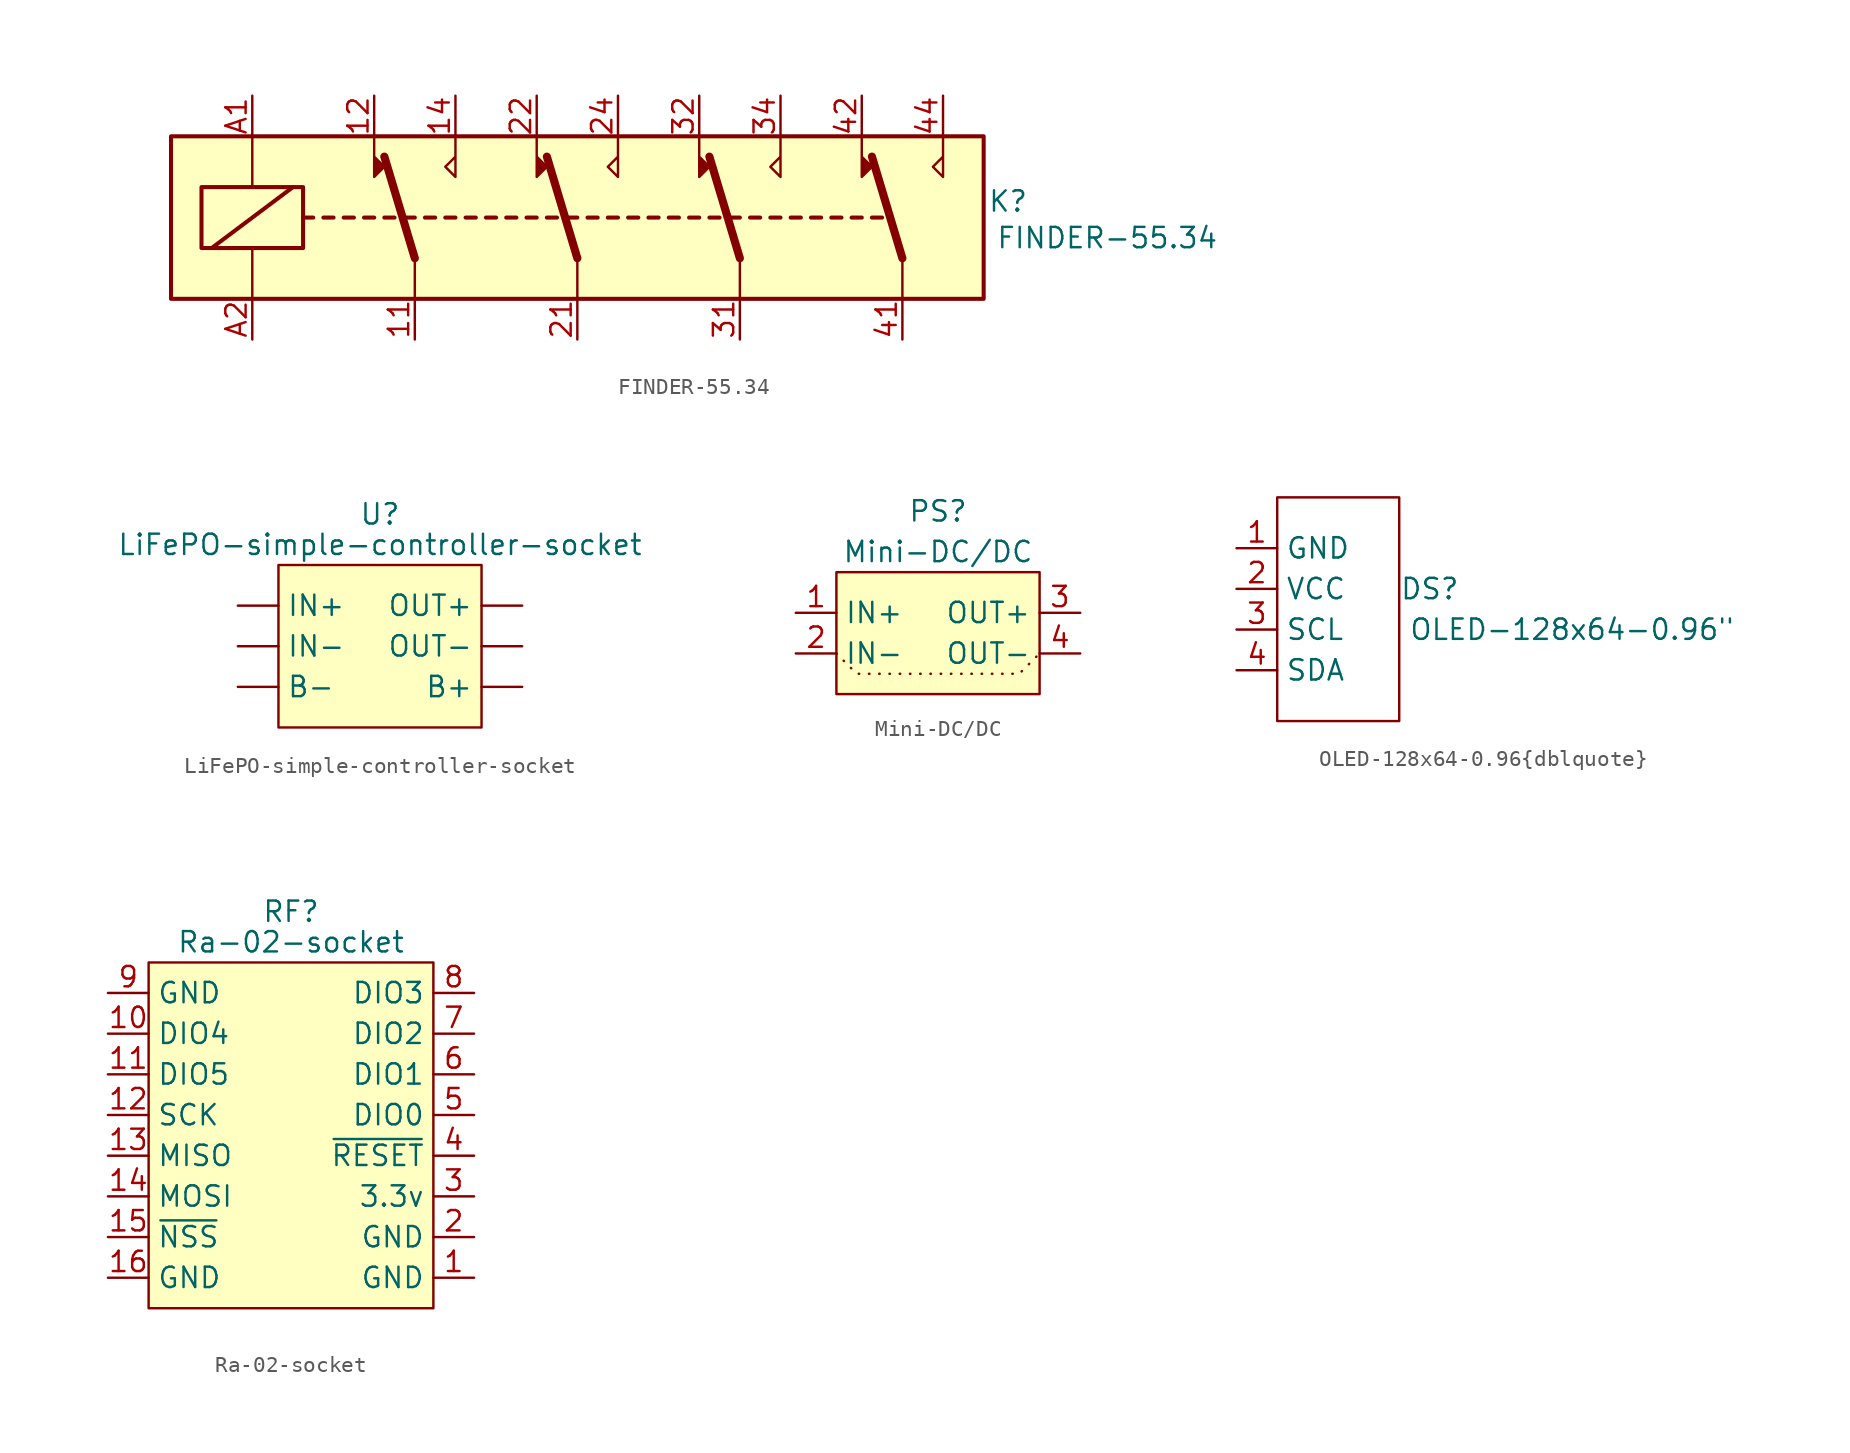
<source format=kicad_sym>
(kicad_symbol_lib
  (version 20231120)
  (generator "kicad_symbol_editor")
  (generator_version "8.0")
  (symbol "FINDER-55.34"
    (property "Reference" "K"
      (at 26.924 1.016 0)
      (effects (font (size 1.27 1.27))))
    (property "Value" "FINDER-55.34"
      (at 26.162 -1.27 0)
      (effects (font (size 1.27 1.27)) (justify left)))
    (symbol "FINDER-55.34_0_0"
      (polyline (pts (xy -12.7 5.08) (xy -12.7 2.54) (xy -12.065 3.175) (xy -12.7 3.81)) (stroke (width 0) (type default)) (fill (type outline)))
      (polyline (pts (xy -7.62 5.08) (xy -7.62 2.54) (xy -8.255 3.175) (xy -7.62 3.81)) (stroke (width 0) (type default)) (fill (type none)))
      (polyline (pts (xy -2.54 5.08) (xy -2.54 2.54) (xy -1.905 3.175) (xy -2.54 3.81)) (stroke (width 0) (type default)) (fill (type outline)))
      (polyline (pts (xy 2.54 5.08) (xy 2.54 2.54) (xy 1.905 3.175) (xy 2.54 3.81)) (stroke (width 0) (type default)) (fill (type none)))
      (polyline (pts (xy 7.62 5.08) (xy 7.62 2.54) (xy 8.255 3.175) (xy 7.62 3.81)) (stroke (width 0) (type default)) (fill (type outline)))
      (polyline (pts (xy 12.7 5.08) (xy 12.7 2.54) (xy 12.065 3.175) (xy 12.7 3.81)) (stroke (width 0) (type default)) (fill (type none)))
      (polyline (pts (xy 17.78 5.08) (xy 17.78 2.54) (xy 18.415 3.175) (xy 17.78 3.81)) (stroke (width 0) (type default)) (fill (type outline)))
      (polyline (pts (xy 22.86 5.08) (xy 22.86 2.54) (xy 22.225 3.175) (xy 22.86 3.81)) (stroke (width 0) (type default)) (fill (type none))))
    (symbol "FINDER-55.34_0_1"
      (rectangle (start -25.4 5.08) (end 25.4 -5.08) (stroke (width 0.254) (type default)) (fill (type background)))
      (rectangle (start -23.495 1.905) (end -17.145 -1.905) (stroke (width 0.254) (type default)) (fill (type none)))
      (polyline (pts (xy -22.86 -1.905) (xy -17.78 1.905)) (stroke (width 0.254) (type default)) (fill (type none)))
      (polyline (pts (xy -20.32 -5.08) (xy -20.32 -1.905)) (stroke (width 0) (type default)) (fill (type none)))
      (polyline (pts (xy -20.32 5.08) (xy -20.32 1.905)) (stroke (width 0) (type default)) (fill (type none)))
      (polyline (pts (xy -17.145 0) (xy -16.51 0)) (stroke (width 0.254) (type default)) (fill (type none)))
      (polyline (pts (xy -15.875 0) (xy -15.24 0)) (stroke (width 0.254) (type default)) (fill (type none)))
      (polyline (pts (xy -14.605 0) (xy -13.97 0)) (stroke (width 0.254) (type default)) (fill (type none)))
      (polyline (pts (xy -13.335 0) (xy -12.7 0)) (stroke (width 0.254) (type default)) (fill (type none)))
      (polyline (pts (xy -12.065 0) (xy -11.43 0)) (stroke (width 0.254) (type default)) (fill (type none)))
      (polyline (pts (xy -10.795 0) (xy -10.16 0)) (stroke (width 0.254) (type default)) (fill (type none)))
      (polyline (pts (xy -10.16 -2.54) (xy -12.065 3.81)) (stroke (width 0.508) (type default)) (fill (type none)))
      (polyline (pts (xy -10.16 -2.54) (xy -10.16 -5.08)) (stroke (width 0) (type default)) (fill (type none)))
      (polyline (pts (xy -9.525 0) (xy -8.89 0)) (stroke (width 0.254) (type default)) (fill (type none)))
      (polyline (pts (xy -8.255 0) (xy -7.62 0)) (stroke (width 0.254) (type default)) (fill (type none)))
      (polyline (pts (xy -6.985 0) (xy -6.35 0)) (stroke (width 0.254) (type default)) (fill (type none)))
      (polyline (pts (xy -5.715 0) (xy -5.08 0)) (stroke (width 0.254) (type default)) (fill (type none)))
      (polyline (pts (xy -4.445 0) (xy -3.81 0)) (stroke (width 0.254) (type default)) (fill (type none)))
      (polyline (pts (xy -3.175 0) (xy -2.54 0)) (stroke (width 0.254) (type default)) (fill (type none)))
      (polyline (pts (xy -1.905 0) (xy -1.27 0)) (stroke (width 0.254) (type default)) (fill (type none)))
      (polyline (pts (xy -0.635 0) (xy 0 0)) (stroke (width 0.254) (type default)) (fill (type none)))
      (polyline (pts (xy 0 -2.54) (xy -1.905 3.81)) (stroke (width 0.508) (type default)) (fill (type none)))
      (polyline (pts (xy 0 -2.54) (xy 0 -5.08)) (stroke (width 0) (type default)) (fill (type none)))
      (polyline (pts (xy 0.635 0) (xy 1.27 0)) (stroke (width 0.254) (type default)) (fill (type none)))
      (polyline (pts (xy 1.905 0) (xy 2.54 0)) (stroke (width 0.254) (type default)) (fill (type none)))
      (polyline (pts (xy 3.175 0) (xy 3.81 0)) (stroke (width 0.254) (type default)) (fill (type none)))
      (polyline (pts (xy 4.445 0) (xy 5.08 0)) (stroke (width 0.254) (type default)) (fill (type none)))
      (polyline (pts (xy 5.715 0) (xy 6.35 0)) (stroke (width 0.254) (type default)) (fill (type none)))
      (polyline (pts (xy 6.985 0) (xy 7.62 0)) (stroke (width 0.254) (type default)) (fill (type none)))
      (polyline (pts (xy 8.255 0) (xy 8.89 0)) (stroke (width 0.254) (type default)) (fill (type none)))
      (polyline (pts (xy 9.525 0) (xy 10.16 0)) (stroke (width 0.254) (type default)) (fill (type none)))
      (polyline (pts (xy 10.16 -2.54) (xy 8.255 3.81)) (stroke (width 0.508) (type default)) (fill (type none)))
      (polyline (pts (xy 10.16 -2.54) (xy 10.16 -5.08)) (stroke (width 0) (type default)) (fill (type none)))
      (polyline (pts (xy 10.795 0) (xy 11.43 0)) (stroke (width 0.254) (type default)) (fill (type none)))
      (polyline (pts (xy 12.065 0) (xy 12.7 0)) (stroke (width 0.254) (type default)) (fill (type none)))
      (polyline (pts (xy 13.335 0) (xy 13.97 0)) (stroke (width 0.254) (type default)) (fill (type none)))
      (polyline (pts (xy 14.605 0) (xy 15.24 0)) (stroke (width 0.254) (type default)) (fill (type none)))
      (polyline (pts (xy 15.875 0) (xy 16.51 0)) (stroke (width 0.254) (type default)) (fill (type none)))
      (polyline (pts (xy 17.145 0) (xy 17.78 0)) (stroke (width 0.254) (type default)) (fill (type none)))
      (polyline (pts (xy 18.415 0) (xy 19.05 0)) (stroke (width 0.254) (type default)) (fill (type none)))
      (polyline (pts (xy 20.32 -2.54) (xy 18.415 3.81)) (stroke (width 0.508) (type default)) (fill (type none)))
      (polyline (pts (xy 20.32 -2.54) (xy 20.32 -5.08)) (stroke (width 0) (type default)) (fill (type none))))
    (symbol "FINDER-55.34_1_1"
      (pin passive line (at -10.16 -7.62 90) (length 2.54) (name "~" (effects (font (size 1.27 1.27)))) (number "11" (effects (font (size 1.27 1.27)))))
      (pin passive line (at -12.7 7.62 270) (length 2.54) (name "~" (effects (font (size 1.27 1.27)))) (number "12" (effects (font (size 1.27 1.27)))))
      (pin passive line (at -7.62 7.62 270) (length 2.54) (name "~" (effects (font (size 1.27 1.27)))) (number "14" (effects (font (size 1.27 1.27)))))
      (pin passive line (at 0 -7.62 90) (length 2.54) (name "~" (effects (font (size 1.27 1.27)))) (number "21" (effects (font (size 1.27 1.27)))))
      (pin passive line (at -2.54 7.62 270) (length 2.54) (name "~" (effects (font (size 1.27 1.27)))) (number "22" (effects (font (size 1.27 1.27)))))
      (pin passive line (at 2.54 7.62 270) (length 2.54) (name "~" (effects (font (size 1.27 1.27)))) (number "24" (effects (font (size 1.27 1.27)))))
      (pin passive line (at 10.16 -7.62 90) (length 2.54) (name "~" (effects (font (size 1.27 1.27)))) (number "31" (effects (font (size 1.27 1.27)))))
      (pin passive line (at 7.62 7.62 270) (length 2.54) (name "~" (effects (font (size 1.27 1.27)))) (number "32" (effects (font (size 1.27 1.27)))))
      (pin passive line (at 12.7 7.62 270) (length 2.54) (name "~" (effects (font (size 1.27 1.27)))) (number "34" (effects (font (size 1.27 1.27)))))
      (pin passive line (at 20.32 -7.62 90) (length 2.54) (name "~" (effects (font (size 1.27 1.27)))) (number "41" (effects (font (size 1.27 1.27)))))
      (pin passive line (at 17.78 7.62 270) (length 2.54) (name "~" (effects (font (size 1.27 1.27)))) (number "42" (effects (font (size 1.27 1.27)))))
      (pin passive line (at 22.86 7.62 270) (length 2.54) (name "~" (effects (font (size 1.27 1.27)))) (number "44" (effects (font (size 1.27 1.27)))))
      (pin passive line (at -20.32 7.62 270) (length 2.54) (name "~" (effects (font (size 1.27 1.27)))) (number "A1" (effects (font (size 1.27 1.27)))))
      (pin passive line (at -20.32 -7.62 90) (length 2.54) (name "~" (effects (font (size 1.27 1.27)))) (number "A2" (effects (font (size 1.27 1.27)))))))
  (symbol "LiFePO-simple-controller-socket"
    (property "Reference" "U"
      (at 0 6.985 0)
      (effects (font (size 1.27 1.27))))
    (property "Value" "LiFePO-simple-controller-socket"
      (at 0 5.08 0)
      (effects (font (size 1.27 1.27))))
    (symbol "LiFePO-simple-controller-socket_1_1"
      (rectangle (start -6.35 3.81) (end 6.35 -6.35) (stroke (width 0) (type default)) (fill (type background)))
      (pin power_in line (at 8.89 -3.81 180) (length 2.54) (name "B+" (effects (font (size 1.27 1.27)))) (number "" (effects (font (size 1.27 1.27)))))
      (pin power_in line (at -8.89 -3.81 0) (length 2.54) (name "B-" (effects (font (size 1.27 1.27)))) (number "" (effects (font (size 1.27 1.27)))))
      (pin power_in line (at -8.89 1.27 0) (length 2.54) (name "IN+" (effects (font (size 1.27 1.27)))) (number "" (effects (font (size 1.27 1.27)))))
      (pin power_in line (at -8.89 -1.27 0) (length 2.54) (name "IN-" (effects (font (size 1.27 1.27)))) (number "" (effects (font (size 1.27 1.27)))))
      (pin power_out line (at 8.89 1.27 180) (length 2.54) (name "OUT+" (effects (font (size 1.27 1.27)))) (number "" (effects (font (size 1.27 1.27)))))
      (pin power_out line (at 8.89 -1.27 180) (length 2.54) (name "OUT-" (effects (font (size 1.27 1.27)))) (number "" (effects (font (size 1.27 1.27)))))))
  (symbol "Mini-DC/DC"
    (property "Reference" "PS"
      (at 0 7.62 0)
      (effects (font (size 1.27 1.27))))
    (property "Value" "Mini-DC/DC"
      (at 0 5.08 0)
      (effects (font (size 1.27 1.27))))
    (symbol "Mini-DC/DC_1_1"
      (rectangle (start -6.35 3.81) (end 6.35 -3.81) (stroke (width 0) (type default)) (fill (type background)))
      (polyline (pts (xy -6.35 -1.27) (xy -5.08 -2.54) (xy 5.08 -2.54) (xy 6.35 -1.27)) (stroke (width 0) (type dot)) (fill (type none)))
      (pin power_in line (at -8.89 1.27 0) (length 2.54) (name "IN+" (effects (font (size 1.27 1.27)))) (number "1" (effects (font (size 1.27 1.27)))))
      (pin power_in line (at -8.89 -1.27 0) (length 2.54) (name "IN-" (effects (font (size 1.27 1.27)))) (number "2" (effects (font (size 1.27 1.27)))))
      (pin power_out line (at 8.89 1.27 180) (length 2.54) (name "OUT+" (effects (font (size 1.27 1.27)))) (number "3" (effects (font (size 1.27 1.27)))))
      (pin power_out line (at 8.89 -1.27 180) (length 2.54) (name "OUT-" (effects (font (size 1.27 1.27)))) (number "4" (effects (font (size 1.27 1.27)))))))
  (symbol "OLED-128x64-0.96{dblquote}"
    (property "Reference" "DS"
      (at 5.715 1.27 0)
      (effects (font (size 1.27 1.27))))
    (property "Value" "OLED-128x64-0.96{dblquote}"
      (at 14.605 -1.27 0)
      (effects (font (size 1.27 1.27))))
    (symbol "OLED-128x64-0.96{dblquote}_0_1"
      (rectangle (start -3.81 6.985) (end 3.81 -6.985) (stroke (width 0) (type default)) (fill (type none))))
    (symbol "OLED-128x64-0.96{dblquote}_1_1"
      (pin power_in line (at -6.35 3.81 0) (length 2.54) (name "GND" (effects (font (size 1.27 1.27)))) (number "1" (effects (font (size 1.27 1.27)))))
      (pin power_in line (at -6.35 1.27 0) (length 2.54) (name "VCC" (effects (font (size 1.27 1.27)))) (number "2" (effects (font (size 1.27 1.27)))))
      (pin input line (at -6.35 -1.27 0) (length 2.54) (name "SCL" (effects (font (size 1.27 1.27)))) (number "3" (effects (font (size 1.27 1.27)))))
      (pin bidirectional line (at -6.35 -3.81 0) (length 2.54) (name "SDA" (effects (font (size 1.27 1.27)))) (number "4" (effects (font (size 1.27 1.27)))))))
  (symbol "Ra-02-socket"
    (property "Reference" "RF"
      (at 0 13.97 0)
      (effects (font (size 1.27 1.27))))
    (property "Value" "Ra-02-socket"
      (at 0 12.065 0)
      (effects (font (size 1.27 1.27))))
    (symbol "Ra-02-socket_1_1"
      (rectangle (start -8.89 10.795) (end 8.89 -10.795) (stroke (width 0) (type default)) (fill (type background)))
      (pin power_in line (at 11.43 -8.89 180) (length 2.54) (name "GND" (effects (font (size 1.27 1.27)))) (number "1" (effects (font (size 1.27 1.27)))))
      (pin bidirectional line (at -11.43 6.35 0) (length 2.54) (name "DIO4" (effects (font (size 1.27 1.27)))) (number "10" (effects (font (size 1.27 1.27)))))
      (pin bidirectional line (at -11.43 3.81 0) (length 2.54) (name "DIO5" (effects (font (size 1.27 1.27)))) (number "11" (effects (font (size 1.27 1.27)))))
      (pin input line (at -11.43 1.27 0) (length 2.54) (name "SCK" (effects (font (size 1.27 1.27)))) (number "12" (effects (font (size 1.27 1.27)))))
      (pin output line (at -11.43 -1.27 0) (length 2.54) (name "MISO" (effects (font (size 1.27 1.27)))) (number "13" (effects (font (size 1.27 1.27)))))
      (pin input line (at -11.43 -3.81 0) (length 2.54) (name "MOSI" (effects (font (size 1.27 1.27)))) (number "14" (effects (font (size 1.27 1.27)))))
      (pin input line (at -11.43 -6.35 0) (length 2.54) (name "~{NSS}" (effects (font (size 1.27 1.27)))) (number "15" (effects (font (size 1.27 1.27)))))
      (pin power_in line (at -11.43 -8.89 0) (length 2.54) (name "GND" (effects (font (size 1.27 1.27)))) (number "16" (effects (font (size 1.27 1.27)))))
      (pin power_in line (at 11.43 -6.35 180) (length 2.54) (name "GND" (effects (font (size 1.27 1.27)))) (number "2" (effects (font (size 1.27 1.27)))))
      (pin power_in line (at 11.43 -3.81 180) (length 2.54) (name "3.3v" (effects (font (size 1.27 1.27)))) (number "3" (effects (font (size 1.27 1.27)))))
      (pin input line (at 11.43 -1.27 180) (length 2.54) (name "~{RESET}" (effects (font (size 1.27 1.27)))) (number "4" (effects (font (size 1.27 1.27)))))
      (pin bidirectional line (at 11.43 1.27 180) (length 2.54) (name "DIO0" (effects (font (size 1.27 1.27)))) (number "5" (effects (font (size 1.27 1.27)))))
      (pin bidirectional line (at 11.43 3.81 180) (length 2.54) (name "DIO1" (effects (font (size 1.27 1.27)))) (number "6" (effects (font (size 1.27 1.27)))))
      (pin bidirectional line (at 11.43 6.35 180) (length 2.54) (name "DIO2" (effects (font (size 1.27 1.27)))) (number "7" (effects (font (size 1.27 1.27)))))
      (pin bidirectional line (at 11.43 8.89 180) (length 2.54) (name "DIO3" (effects (font (size 1.27 1.27)))) (number "8" (effects (font (size 1.27 1.27)))))
      (pin power_in line (at -11.43 8.89 0) (length 2.54) (name "GND" (effects (font (size 1.27 1.27)))) (number "9" (effects (font (size 1.27 1.27))))))))
</source>
